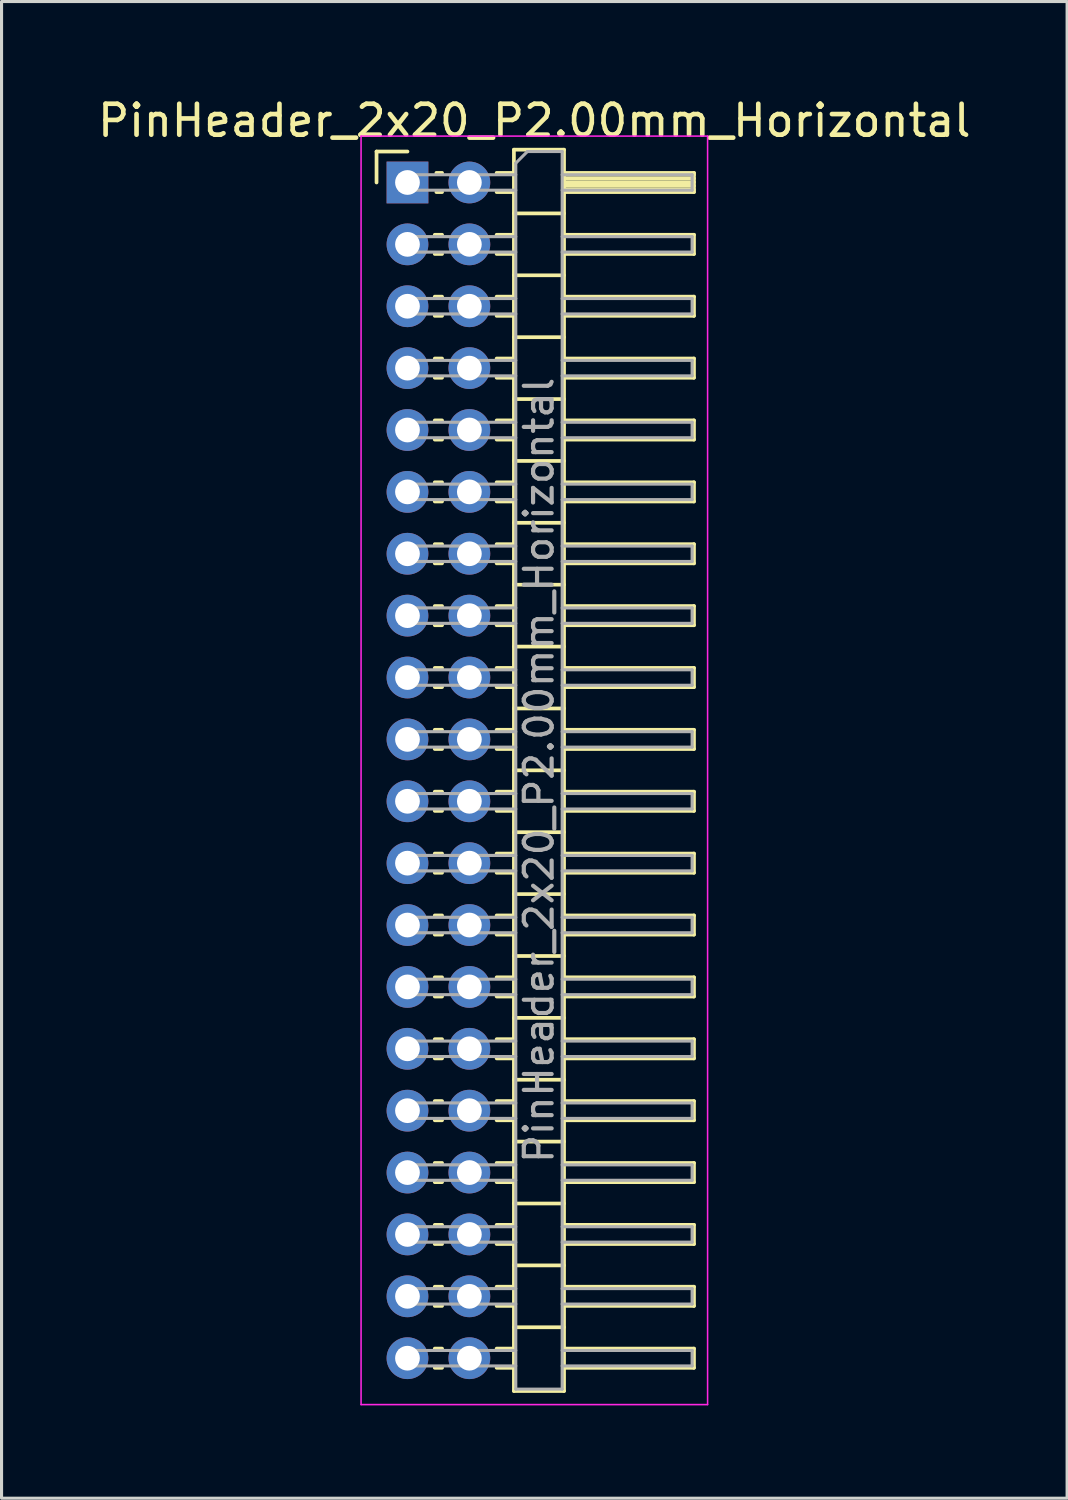
<source format=kicad_pcb>
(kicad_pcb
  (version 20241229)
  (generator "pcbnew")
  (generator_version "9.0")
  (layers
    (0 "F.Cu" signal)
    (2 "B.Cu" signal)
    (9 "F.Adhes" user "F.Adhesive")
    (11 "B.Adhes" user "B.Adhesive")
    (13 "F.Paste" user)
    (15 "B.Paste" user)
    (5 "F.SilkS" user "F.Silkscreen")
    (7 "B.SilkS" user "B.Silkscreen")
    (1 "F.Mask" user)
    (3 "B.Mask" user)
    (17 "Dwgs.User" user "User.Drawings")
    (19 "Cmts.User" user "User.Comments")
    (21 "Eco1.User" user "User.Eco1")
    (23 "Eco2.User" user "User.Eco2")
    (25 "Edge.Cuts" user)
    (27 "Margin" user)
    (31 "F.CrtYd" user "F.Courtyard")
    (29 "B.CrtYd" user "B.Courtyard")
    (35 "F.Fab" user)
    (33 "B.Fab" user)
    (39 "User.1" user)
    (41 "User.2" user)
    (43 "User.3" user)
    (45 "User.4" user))
  (footprint "PinHeader_2x20_P2.00mm_Horizontal"
    (layer "F.Cu")
    (at 10.12 2.848)
    (property "Reference" "PinHeader_2x20_P2.00mm_Horizontal" (at 4.1 -2 0) (layer "F.SilkS") (effects (font (size 1 1) (thickness 0.15))))
    (attr through_hole)
    (fp_line (start -1 -1) (end 0 -1) (stroke (width 0.12) (type solid)) (layer "F.SilkS"))
    (fp_line (start -1 0) (end -1 -1) (stroke (width 0.12) (type solid)) (layer "F.SilkS"))
    (fp_line (start 0.882 1.69) (end 1.118 1.69) (stroke (width 0.12) (type solid)) (layer "F.SilkS"))
    (fp_line (start 0.882 2.31) (end 1.118 2.31) (stroke (width 0.12) (type solid)) (layer "F.SilkS"))
    (fp_line (start 0.882 3.69) (end 1.118 3.69) (stroke (width 0.12) (type solid)) (layer "F.SilkS"))
    (fp_line (start 0.882 4.31) (end 1.118 4.31) (stroke (width 0.12) (type solid)) (layer "F.SilkS"))
    (fp_line (start 0.882 5.69) (end 1.118 5.69) (stroke (width 0.12) (type solid)) (layer "F.SilkS"))
    (fp_line (start 0.882 6.31) (end 1.118 6.31) (stroke (width 0.12) (type solid)) (layer "F.SilkS"))
    (fp_line (start 0.882 7.69) (end 1.118 7.69) (stroke (width 0.12) (type solid)) (layer "F.SilkS"))
    (fp_line (start 0.882 8.31) (end 1.118 8.31) (stroke (width 0.12) (type solid)) (layer "F.SilkS"))
    (fp_line (start 0.882 9.69) (end 1.118 9.69) (stroke (width 0.12) (type solid)) (layer "F.SilkS"))
    (fp_line (start 0.882 10.31) (end 1.118 10.31) (stroke (width 0.12) (type solid)) (layer "F.SilkS"))
    (fp_line (start 0.882 11.69) (end 1.118 11.69) (stroke (width 0.12) (type solid)) (layer "F.SilkS"))
    (fp_line (start 0.882 12.31) (end 1.118 12.31) (stroke (width 0.12) (type solid)) (layer "F.SilkS"))
    (fp_line (start 0.882 13.69) (end 1.118 13.69) (stroke (width 0.12) (type solid)) (layer "F.SilkS"))
    (fp_line (start 0.882 14.31) (end 1.118 14.31) (stroke (width 0.12) (type solid)) (layer "F.SilkS"))
    (fp_line (start 0.882 15.69) (end 1.118 15.69) (stroke (width 0.12) (type solid)) (layer "F.SilkS"))
    (fp_line (start 0.882 16.31) (end 1.118 16.31) (stroke (width 0.12) (type solid)) (layer "F.SilkS"))
    (fp_line (start 0.882 17.69) (end 1.118 17.69) (stroke (width 0.12) (type solid)) (layer "F.SilkS"))
    (fp_line (start 0.882 18.31) (end 1.118 18.31) (stroke (width 0.12) (type solid)) (layer "F.SilkS"))
    (fp_line (start 0.882 19.69) (end 1.118 19.69) (stroke (width 0.12) (type solid)) (layer "F.SilkS"))
    (fp_line (start 0.882 20.31) (end 1.118 20.31) (stroke (width 0.12) (type solid)) (layer "F.SilkS"))
    (fp_line (start 0.882 21.69) (end 1.118 21.69) (stroke (width 0.12) (type solid)) (layer "F.SilkS"))
    (fp_line (start 0.882 22.31) (end 1.118 22.31) (stroke (width 0.12) (type solid)) (layer "F.SilkS"))
    (fp_line (start 0.882 23.69) (end 1.118 23.69) (stroke (width 0.12) (type solid)) (layer "F.SilkS"))
    (fp_line (start 0.882 24.31) (end 1.118 24.31) (stroke (width 0.12) (type solid)) (layer "F.SilkS"))
    (fp_line (start 0.882 25.69) (end 1.118 25.69) (stroke (width 0.12) (type solid)) (layer "F.SilkS"))
    (fp_line (start 0.882 26.31) (end 1.118 26.31) (stroke (width 0.12) (type solid)) (layer "F.SilkS"))
    (fp_line (start 0.882 27.69) (end 1.118 27.69) (stroke (width 0.12) (type solid)) (layer "F.SilkS"))
    (fp_line (start 0.882 28.31) (end 1.118 28.31) (stroke (width 0.12) (type solid)) (layer "F.SilkS"))
    (fp_line (start 0.882 29.69) (end 1.118 29.69) (stroke (width 0.12) (type solid)) (layer "F.SilkS"))
    (fp_line (start 0.882 30.31) (end 1.118 30.31) (stroke (width 0.12) (type solid)) (layer "F.SilkS"))
    (fp_line (start 0.882 31.69) (end 1.118 31.69) (stroke (width 0.12) (type solid)) (layer "F.SilkS"))
    (fp_line (start 0.882 32.31) (end 1.118 32.31) (stroke (width 0.12) (type solid)) (layer "F.SilkS"))
    (fp_line (start 0.882 33.69) (end 1.118 33.69) (stroke (width 0.12) (type solid)) (layer "F.SilkS"))
    (fp_line (start 0.882 34.31) (end 1.118 34.31) (stroke (width 0.12) (type solid)) (layer "F.SilkS"))
    (fp_line (start 0.882 35.69) (end 1.118 35.69) (stroke (width 0.12) (type solid)) (layer "F.SilkS"))
    (fp_line (start 0.882 36.31) (end 1.118 36.31) (stroke (width 0.12) (type solid)) (layer "F.SilkS"))
    (fp_line (start 0.882 37.69) (end 1.118 37.69) (stroke (width 0.12) (type solid)) (layer "F.SilkS"))
    (fp_line (start 0.882 38.31) (end 1.118 38.31) (stroke (width 0.12) (type solid)) (layer "F.SilkS"))
    (fp_line (start 0.935 -0.31) (end 1.118 -0.31) (stroke (width 0.12) (type solid)) (layer "F.SilkS"))
    (fp_line (start 0.935 0.31) (end 1.118 0.31) (stroke (width 0.12) (type solid)) (layer "F.SilkS"))
    (fp_line (start 2.882 -0.31) (end 3.44 -0.31) (stroke (width 0.12) (type solid)) (layer "F.SilkS"))
    (fp_line (start 2.882 0.31) (end 3.44 0.31) (stroke (width 0.12) (type solid)) (layer "F.SilkS"))
    (fp_line (start 2.882 1.69) (end 3.44 1.69) (stroke (width 0.12) (type solid)) (layer "F.SilkS"))
    (fp_line (start 2.882 2.31) (end 3.44 2.31) (stroke (width 0.12) (type solid)) (layer "F.SilkS"))
    (fp_line (start 2.882 3.69) (end 3.44 3.69) (stroke (width 0.12) (type solid)) (layer "F.SilkS"))
    (fp_line (start 2.882 4.31) (end 3.44 4.31) (stroke (width 0.12) (type solid)) (layer "F.SilkS"))
    (fp_line (start 2.882 5.69) (end 3.44 5.69) (stroke (width 0.12) (type solid)) (layer "F.SilkS"))
    (fp_line (start 2.882 6.31) (end 3.44 6.31) (stroke (width 0.12) (type solid)) (layer "F.SilkS"))
    (fp_line (start 2.882 7.69) (end 3.44 7.69) (stroke (width 0.12) (type solid)) (layer "F.SilkS"))
    (fp_line (start 2.882 8.31) (end 3.44 8.31) (stroke (width 0.12) (type solid)) (layer "F.SilkS"))
    (fp_line (start 2.882 9.69) (end 3.44 9.69) (stroke (width 0.12) (type solid)) (layer "F.SilkS"))
    (fp_line (start 2.882 10.31) (end 3.44 10.31) (stroke (width 0.12) (type solid)) (layer "F.SilkS"))
    (fp_line (start 2.882 11.69) (end 3.44 11.69) (stroke (width 0.12) (type solid)) (layer "F.SilkS"))
    (fp_line (start 2.882 12.31) (end 3.44 12.31) (stroke (width 0.12) (type solid)) (layer "F.SilkS"))
    (fp_line (start 2.882 13.69) (end 3.44 13.69) (stroke (width 0.12) (type solid)) (layer "F.SilkS"))
    (fp_line (start 2.882 14.31) (end 3.44 14.31) (stroke (width 0.12) (type solid)) (layer "F.SilkS"))
    (fp_line (start 2.882 15.69) (end 3.44 15.69) (stroke (width 0.12) (type solid)) (layer "F.SilkS"))
    (fp_line (start 2.882 16.31) (end 3.44 16.31) (stroke (width 0.12) (type solid)) (layer "F.SilkS"))
    (fp_line (start 2.882 17.69) (end 3.44 17.69) (stroke (width 0.12) (type solid)) (layer "F.SilkS"))
    (fp_line (start 2.882 18.31) (end 3.44 18.31) (stroke (width 0.12) (type solid)) (layer "F.SilkS"))
    (fp_line (start 2.882 19.69) (end 3.44 19.69) (stroke (width 0.12) (type solid)) (layer "F.SilkS"))
    (fp_line (start 2.882 20.31) (end 3.44 20.31) (stroke (width 0.12) (type solid)) (layer "F.SilkS"))
    (fp_line (start 2.882 21.69) (end 3.44 21.69) (stroke (width 0.12) (type solid)) (layer "F.SilkS"))
    (fp_line (start 2.882 22.31) (end 3.44 22.31) (stroke (width 0.12) (type solid)) (layer "F.SilkS"))
    (fp_line (start 2.882 23.69) (end 3.44 23.69) (stroke (width 0.12) (type solid)) (layer "F.SilkS"))
    (fp_line (start 2.882 24.31) (end 3.44 24.31) (stroke (width 0.12) (type solid)) (layer "F.SilkS"))
    (fp_line (start 2.882 25.69) (end 3.44 25.69) (stroke (width 0.12) (type solid)) (layer "F.SilkS"))
    (fp_line (start 2.882 26.31) (end 3.44 26.31) (stroke (width 0.12) (type solid)) (layer "F.SilkS"))
    (fp_line (start 2.882 27.69) (end 3.44 27.69) (stroke (width 0.12) (type solid)) (layer "F.SilkS"))
    (fp_line (start 2.882 28.31) (end 3.44 28.31) (stroke (width 0.12) (type solid)) (layer "F.SilkS"))
    (fp_line (start 2.882 29.69) (end 3.44 29.69) (stroke (width 0.12) (type solid)) (layer "F.SilkS"))
    (fp_line (start 2.882 30.31) (end 3.44 30.31) (stroke (width 0.12) (type solid)) (layer "F.SilkS"))
    (fp_line (start 2.882 31.69) (end 3.44 31.69) (stroke (width 0.12) (type solid)) (layer "F.SilkS"))
    (fp_line (start 2.882 32.31) (end 3.44 32.31) (stroke (width 0.12) (type solid)) (layer "F.SilkS"))
    (fp_line (start 2.882 33.69) (end 3.44 33.69) (stroke (width 0.12) (type solid)) (layer "F.SilkS"))
    (fp_line (start 2.882 34.31) (end 3.44 34.31) (stroke (width 0.12) (type solid)) (layer "F.SilkS"))
    (fp_line (start 2.882 35.69) (end 3.44 35.69) (stroke (width 0.12) (type solid)) (layer "F.SilkS"))
    (fp_line (start 2.882 36.31) (end 3.44 36.31) (stroke (width 0.12) (type solid)) (layer "F.SilkS"))
    (fp_line (start 2.882 37.69) (end 3.44 37.69) (stroke (width 0.12) (type solid)) (layer "F.SilkS"))
    (fp_line (start 2.882 38.31) (end 3.44 38.31) (stroke (width 0.12) (type solid)) (layer "F.SilkS"))
    (fp_line (start 3.44 -1.06) (end 3.44 39.06) (stroke (width 0.12) (type solid)) (layer "F.SilkS"))
    (fp_line (start 3.44 1) (end 5.06 1) (stroke (width 0.12) (type solid)) (layer "F.SilkS"))
    (fp_line (start 3.44 3) (end 5.06 3) (stroke (width 0.12) (type solid)) (layer "F.SilkS"))
    (fp_line (start 3.44 5) (end 5.06 5) (stroke (width 0.12) (type solid)) (layer "F.SilkS"))
    (fp_line (start 3.44 7) (end 5.06 7) (stroke (width 0.12) (type solid)) (layer "F.SilkS"))
    (fp_line (start 3.44 9) (end 5.06 9) (stroke (width 0.12) (type solid)) (layer "F.SilkS"))
    (fp_line (start 3.44 11) (end 5.06 11) (stroke (width 0.12) (type solid)) (layer "F.SilkS"))
    (fp_line (start 3.44 13) (end 5.06 13) (stroke (width 0.12) (type solid)) (layer "F.SilkS"))
    (fp_line (start 3.44 15) (end 5.06 15) (stroke (width 0.12) (type solid)) (layer "F.SilkS"))
    (fp_line (start 3.44 17) (end 5.06 17) (stroke (width 0.12) (type solid)) (layer "F.SilkS"))
    (fp_line (start 3.44 19) (end 5.06 19) (stroke (width 0.12) (type solid)) (layer "F.SilkS"))
    (fp_line (start 3.44 21) (end 5.06 21) (stroke (width 0.12) (type solid)) (layer "F.SilkS"))
    (fp_line (start 3.44 23) (end 5.06 23) (stroke (width 0.12) (type solid)) (layer "F.SilkS"))
    (fp_line (start 3.44 25) (end 5.06 25) (stroke (width 0.12) (type solid)) (layer "F.SilkS"))
    (fp_line (start 3.44 27) (end 5.06 27) (stroke (width 0.12) (type solid)) (layer "F.SilkS"))
    (fp_line (start 3.44 29) (end 5.06 29) (stroke (width 0.12) (type solid)) (layer "F.SilkS"))
    (fp_line (start 3.44 31) (end 5.06 31) (stroke (width 0.12) (type solid)) (layer "F.SilkS"))
    (fp_line (start 3.44 33) (end 5.06 33) (stroke (width 0.12) (type solid)) (layer "F.SilkS"))
    (fp_line (start 3.44 35) (end 5.06 35) (stroke (width 0.12) (type solid)) (layer "F.SilkS"))
    (fp_line (start 3.44 37) (end 5.06 37) (stroke (width 0.12) (type solid)) (layer "F.SilkS"))
    (fp_line (start 3.44 39.06) (end 5.06 39.06) (stroke (width 0.12) (type solid)) (layer "F.SilkS"))
    (fp_line (start 5.06 -1.06) (end 3.44 -1.06) (stroke (width 0.12) (type solid)) (layer "F.SilkS"))
    (fp_line (start 5.06 -0.31) (end 9.26 -0.31) (stroke (width 0.12) (type solid)) (layer "F.SilkS"))
    (fp_line (start 5.06 -0.25) (end 9.26 -0.25) (stroke (width 0.12) (type solid)) (layer "F.SilkS"))
    (fp_line (start 5.06 -0.13) (end 9.26 -0.13) (stroke (width 0.12) (type solid)) (layer "F.SilkS"))
    (fp_line (start 5.06 -0.01) (end 9.26 -0.01) (stroke (width 0.12) (type solid)) (layer "F.SilkS"))
    (fp_line (start 5.06 0.11) (end 9.26 0.11) (stroke (width 0.12) (type solid)) (layer "F.SilkS"))
    (fp_line (start 5.06 0.23) (end 9.26 0.23) (stroke (width 0.12) (type solid)) (layer "F.SilkS"))
    (fp_line (start 5.06 1.69) (end 9.26 1.69) (stroke (width 0.12) (type solid)) (layer "F.SilkS"))
    (fp_line (start 5.06 3.69) (end 9.26 3.69) (stroke (width 0.12) (type solid)) (layer "F.SilkS"))
    (fp_line (start 5.06 5.69) (end 9.26 5.69) (stroke (width 0.12) (type solid)) (layer "F.SilkS"))
    (fp_line (start 5.06 7.69) (end 9.26 7.69) (stroke (width 0.12) (type solid)) (layer "F.SilkS"))
    (fp_line (start 5.06 9.69) (end 9.26 9.69) (stroke (width 0.12) (type solid)) (layer "F.SilkS"))
    (fp_line (start 5.06 11.69) (end 9.26 11.69) (stroke (width 0.12) (type solid)) (layer "F.SilkS"))
    (fp_line (start 5.06 13.69) (end 9.26 13.69) (stroke (width 0.12) (type solid)) (layer "F.SilkS"))
    (fp_line (start 5.06 15.69) (end 9.26 15.69) (stroke (width 0.12) (type solid)) (layer "F.SilkS"))
    (fp_line (start 5.06 17.69) (end 9.26 17.69) (stroke (width 0.12) (type solid)) (layer "F.SilkS"))
    (fp_line (start 5.06 19.69) (end 9.26 19.69) (stroke (width 0.12) (type solid)) (layer "F.SilkS"))
    (fp_line (start 5.06 21.69) (end 9.26 21.69) (stroke (width 0.12) (type solid)) (layer "F.SilkS"))
    (fp_line (start 5.06 23.69) (end 9.26 23.69) (stroke (width 0.12) (type solid)) (layer "F.SilkS"))
    (fp_line (start 5.06 25.69) (end 9.26 25.69) (stroke (width 0.12) (type solid)) (layer "F.SilkS"))
    (fp_line (start 5.06 27.69) (end 9.26 27.69) (stroke (width 0.12) (type solid)) (layer "F.SilkS"))
    (fp_line (start 5.06 29.69) (end 9.26 29.69) (stroke (width 0.12) (type solid)) (layer "F.SilkS"))
    (fp_line (start 5.06 31.69) (end 9.26 31.69) (stroke (width 0.12) (type solid)) (layer "F.SilkS"))
    (fp_line (start 5.06 33.69) (end 9.26 33.69) (stroke (width 0.12) (type solid)) (layer "F.SilkS"))
    (fp_line (start 5.06 35.69) (end 9.26 35.69) (stroke (width 0.12) (type solid)) (layer "F.SilkS"))
    (fp_line (start 5.06 37.69) (end 9.26 37.69) (stroke (width 0.12) (type solid)) (layer "F.SilkS"))
    (fp_line (start 5.06 39.06) (end 5.06 -1.06) (stroke (width 0.12) (type solid)) (layer "F.SilkS"))
    (fp_line (start 9.26 -0.31) (end 9.26 0.31) (stroke (width 0.12) (type solid)) (layer "F.SilkS"))
    (fp_line (start 9.26 0.31) (end 5.06 0.31) (stroke (width 0.12) (type solid)) (layer "F.SilkS"))
    (fp_line (start 9.26 1.69) (end 9.26 2.31) (stroke (width 0.12) (type solid)) (layer "F.SilkS"))
    (fp_line (start 9.26 2.31) (end 5.06 2.31) (stroke (width 0.12) (type solid)) (layer "F.SilkS"))
    (fp_line (start 9.26 3.69) (end 9.26 4.31) (stroke (width 0.12) (type solid)) (layer "F.SilkS"))
    (fp_line (start 9.26 4.31) (end 5.06 4.31) (stroke (width 0.12) (type solid)) (layer "F.SilkS"))
    (fp_line (start 9.26 5.69) (end 9.26 6.31) (stroke (width 0.12) (type solid)) (layer "F.SilkS"))
    (fp_line (start 9.26 6.31) (end 5.06 6.31) (stroke (width 0.12) (type solid)) (layer "F.SilkS"))
    (fp_line (start 9.26 7.69) (end 9.26 8.31) (stroke (width 0.12) (type solid)) (layer "F.SilkS"))
    (fp_line (start 9.26 8.31) (end 5.06 8.31) (stroke (width 0.12) (type solid)) (layer "F.SilkS"))
    (fp_line (start 9.26 9.69) (end 9.26 10.31) (stroke (width 0.12) (type solid)) (layer "F.SilkS"))
    (fp_line (start 9.26 10.31) (end 5.06 10.31) (stroke (width 0.12) (type solid)) (layer "F.SilkS"))
    (fp_line (start 9.26 11.69) (end 9.26 12.31) (stroke (width 0.12) (type solid)) (layer "F.SilkS"))
    (fp_line (start 9.26 12.31) (end 5.06 12.31) (stroke (width 0.12) (type solid)) (layer "F.SilkS"))
    (fp_line (start 9.26 13.69) (end 9.26 14.31) (stroke (width 0.12) (type solid)) (layer "F.SilkS"))
    (fp_line (start 9.26 14.31) (end 5.06 14.31) (stroke (width 0.12) (type solid)) (layer "F.SilkS"))
    (fp_line (start 9.26 15.69) (end 9.26 16.31) (stroke (width 0.12) (type solid)) (layer "F.SilkS"))
    (fp_line (start 9.26 16.31) (end 5.06 16.31) (stroke (width 0.12) (type solid)) (layer "F.SilkS"))
    (fp_line (start 9.26 17.69) (end 9.26 18.31) (stroke (width 0.12) (type solid)) (layer "F.SilkS"))
    (fp_line (start 9.26 18.31) (end 5.06 18.31) (stroke (width 0.12) (type solid)) (layer "F.SilkS"))
    (fp_line (start 9.26 19.69) (end 9.26 20.31) (stroke (width 0.12) (type solid)) (layer "F.SilkS"))
    (fp_line (start 9.26 20.31) (end 5.06 20.31) (stroke (width 0.12) (type solid)) (layer "F.SilkS"))
    (fp_line (start 9.26 21.69) (end 9.26 22.31) (stroke (width 0.12) (type solid)) (layer "F.SilkS"))
    (fp_line (start 9.26 22.31) (end 5.06 22.31) (stroke (width 0.12) (type solid)) (layer "F.SilkS"))
    (fp_line (start 9.26 23.69) (end 9.26 24.31) (stroke (width 0.12) (type solid)) (layer "F.SilkS"))
    (fp_line (start 9.26 24.31) (end 5.06 24.31) (stroke (width 0.12) (type solid)) (layer "F.SilkS"))
    (fp_line (start 9.26 25.69) (end 9.26 26.31) (stroke (width 0.12) (type solid)) (layer "F.SilkS"))
    (fp_line (start 9.26 26.31) (end 5.06 26.31) (stroke (width 0.12) (type solid)) (layer "F.SilkS"))
    (fp_line (start 9.26 27.69) (end 9.26 28.31) (stroke (width 0.12) (type solid)) (layer "F.SilkS"))
    (fp_line (start 9.26 28.31) (end 5.06 28.31) (stroke (width 0.12) (type solid)) (layer "F.SilkS"))
    (fp_line (start 9.26 29.69) (end 9.26 30.31) (stroke (width 0.12) (type solid)) (layer "F.SilkS"))
    (fp_line (start 9.26 30.31) (end 5.06 30.31) (stroke (width 0.12) (type solid)) (layer "F.SilkS"))
    (fp_line (start 9.26 31.69) (end 9.26 32.31) (stroke (width 0.12) (type solid)) (layer "F.SilkS"))
    (fp_line (start 9.26 32.31) (end 5.06 32.31) (stroke (width 0.12) (type solid)) (layer "F.SilkS"))
    (fp_line (start 9.26 33.69) (end 9.26 34.31) (stroke (width 0.12) (type solid)) (layer "F.SilkS"))
    (fp_line (start 9.26 34.31) (end 5.06 34.31) (stroke (width 0.12) (type solid)) (layer "F.SilkS"))
    (fp_line (start 9.26 35.69) (end 9.26 36.31) (stroke (width 0.12) (type solid)) (layer "F.SilkS"))
    (fp_line (start 9.26 36.31) (end 5.06 36.31) (stroke (width 0.12) (type solid)) (layer "F.SilkS"))
    (fp_line (start 9.26 37.69) (end 9.26 38.31) (stroke (width 0.12) (type solid)) (layer "F.SilkS"))
    (fp_line (start 9.26 38.31) (end 5.06 38.31) (stroke (width 0.12) (type solid)) (layer "F.SilkS"))
    (fp_line (start -1.5 -1.5) (end -1.5 39.5) (stroke (width 0.05) (type solid)) (layer "F.CrtYd"))
    (fp_line (start -1.5 39.5) (end 9.7 39.5) (stroke (width 0.05) (type solid)) (layer "F.CrtYd"))
    (fp_line (start 9.7 -1.5) (end -1.5 -1.5) (stroke (width 0.05) (type solid)) (layer "F.CrtYd"))
    (fp_line (start 9.7 39.5) (end 9.7 -1.5) (stroke (width 0.05) (type solid)) (layer "F.CrtYd"))
    (fp_line (start -0.25 -0.25) (end -0.25 0.25) (stroke (width 0.1) (type solid)) (layer "F.Fab"))
    (fp_line (start -0.25 -0.25) (end 3.5 -0.25) (stroke (width 0.1) (type solid)) (layer "F.Fab"))
    (fp_line (start -0.25 0.25) (end 3.5 0.25) (stroke (width 0.1) (type solid)) (layer "F.Fab"))
    (fp_line (start -0.25 1.75) (end -0.25 2.25) (stroke (width 0.1) (type solid)) (layer "F.Fab"))
    (fp_line (start -0.25 1.75) (end 3.5 1.75) (stroke (width 0.1) (type solid)) (layer "F.Fab"))
    (fp_line (start -0.25 2.25) (end 3.5 2.25) (stroke (width 0.1) (type solid)) (layer "F.Fab"))
    (fp_line (start -0.25 3.75) (end -0.25 4.25) (stroke (width 0.1) (type solid)) (layer "F.Fab"))
    (fp_line (start -0.25 3.75) (end 3.5 3.75) (stroke (width 0.1) (type solid)) (layer "F.Fab"))
    (fp_line (start -0.25 4.25) (end 3.5 4.25) (stroke (width 0.1) (type solid)) (layer "F.Fab"))
    (fp_line (start -0.25 5.75) (end -0.25 6.25) (stroke (width 0.1) (type solid)) (layer "F.Fab"))
    (fp_line (start -0.25 5.75) (end 3.5 5.75) (stroke (width 0.1) (type solid)) (layer "F.Fab"))
    (fp_line (start -0.25 6.25) (end 3.5 6.25) (stroke (width 0.1) (type solid)) (layer "F.Fab"))
    (fp_line (start -0.25 7.75) (end -0.25 8.25) (stroke (width 0.1) (type solid)) (layer "F.Fab"))
    (fp_line (start -0.25 7.75) (end 3.5 7.75) (stroke (width 0.1) (type solid)) (layer "F.Fab"))
    (fp_line (start -0.25 8.25) (end 3.5 8.25) (stroke (width 0.1) (type solid)) (layer "F.Fab"))
    (fp_line (start -0.25 9.75) (end -0.25 10.25) (stroke (width 0.1) (type solid)) (layer "F.Fab"))
    (fp_line (start -0.25 9.75) (end 3.5 9.75) (stroke (width 0.1) (type solid)) (layer "F.Fab"))
    (fp_line (start -0.25 10.25) (end 3.5 10.25) (stroke (width 0.1) (type solid)) (layer "F.Fab"))
    (fp_line (start -0.25 11.75) (end -0.25 12.25) (stroke (width 0.1) (type solid)) (layer "F.Fab"))
    (fp_line (start -0.25 11.75) (end 3.5 11.75) (stroke (width 0.1) (type solid)) (layer "F.Fab"))
    (fp_line (start -0.25 12.25) (end 3.5 12.25) (stroke (width 0.1) (type solid)) (layer "F.Fab"))
    (fp_line (start -0.25 13.75) (end -0.25 14.25) (stroke (width 0.1) (type solid)) (layer "F.Fab"))
    (fp_line (start -0.25 13.75) (end 3.5 13.75) (stroke (width 0.1) (type solid)) (layer "F.Fab"))
    (fp_line (start -0.25 14.25) (end 3.5 14.25) (stroke (width 0.1) (type solid)) (layer "F.Fab"))
    (fp_line (start -0.25 15.75) (end -0.25 16.25) (stroke (width 0.1) (type solid)) (layer "F.Fab"))
    (fp_line (start -0.25 15.75) (end 3.5 15.75) (stroke (width 0.1) (type solid)) (layer "F.Fab"))
    (fp_line (start -0.25 16.25) (end 3.5 16.25) (stroke (width 0.1) (type solid)) (layer "F.Fab"))
    (fp_line (start -0.25 17.75) (end -0.25 18.25) (stroke (width 0.1) (type solid)) (layer "F.Fab"))
    (fp_line (start -0.25 17.75) (end 3.5 17.75) (stroke (width 0.1) (type solid)) (layer "F.Fab"))
    (fp_line (start -0.25 18.25) (end 3.5 18.25) (stroke (width 0.1) (type solid)) (layer "F.Fab"))
    (fp_line (start -0.25 19.75) (end -0.25 20.25) (stroke (width 0.1) (type solid)) (layer "F.Fab"))
    (fp_line (start -0.25 19.75) (end 3.5 19.75) (stroke (width 0.1) (type solid)) (layer "F.Fab"))
    (fp_line (start -0.25 20.25) (end 3.5 20.25) (stroke (width 0.1) (type solid)) (layer "F.Fab"))
    (fp_line (start -0.25 21.75) (end -0.25 22.25) (stroke (width 0.1) (type solid)) (layer "F.Fab"))
    (fp_line (start -0.25 21.75) (end 3.5 21.75) (stroke (width 0.1) (type solid)) (layer "F.Fab"))
    (fp_line (start -0.25 22.25) (end 3.5 22.25) (stroke (width 0.1) (type solid)) (layer "F.Fab"))
    (fp_line (start -0.25 23.75) (end -0.25 24.25) (stroke (width 0.1) (type solid)) (layer "F.Fab"))
    (fp_line (start -0.25 23.75) (end 3.5 23.75) (stroke (width 0.1) (type solid)) (layer "F.Fab"))
    (fp_line (start -0.25 24.25) (end 3.5 24.25) (stroke (width 0.1) (type solid)) (layer "F.Fab"))
    (fp_line (start -0.25 25.75) (end -0.25 26.25) (stroke (width 0.1) (type solid)) (layer "F.Fab"))
    (fp_line (start -0.25 25.75) (end 3.5 25.75) (stroke (width 0.1) (type solid)) (layer "F.Fab"))
    (fp_line (start -0.25 26.25) (end 3.5 26.25) (stroke (width 0.1) (type solid)) (layer "F.Fab"))
    (fp_line (start -0.25 27.75) (end -0.25 28.25) (stroke (width 0.1) (type solid)) (layer "F.Fab"))
    (fp_line (start -0.25 27.75) (end 3.5 27.75) (stroke (width 0.1) (type solid)) (layer "F.Fab"))
    (fp_line (start -0.25 28.25) (end 3.5 28.25) (stroke (width 0.1) (type solid)) (layer "F.Fab"))
    (fp_line (start -0.25 29.75) (end -0.25 30.25) (stroke (width 0.1) (type solid)) (layer "F.Fab"))
    (fp_line (start -0.25 29.75) (end 3.5 29.75) (stroke (width 0.1) (type solid)) (layer "F.Fab"))
    (fp_line (start -0.25 30.25) (end 3.5 30.25) (stroke (width 0.1) (type solid)) (layer "F.Fab"))
    (fp_line (start -0.25 31.75) (end -0.25 32.25) (stroke (width 0.1) (type solid)) (layer "F.Fab"))
    (fp_line (start -0.25 31.75) (end 3.5 31.75) (stroke (width 0.1) (type solid)) (layer "F.Fab"))
    (fp_line (start -0.25 32.25) (end 3.5 32.25) (stroke (width 0.1) (type solid)) (layer "F.Fab"))
    (fp_line (start -0.25 33.75) (end -0.25 34.25) (stroke (width 0.1) (type solid)) (layer "F.Fab"))
    (fp_line (start -0.25 33.75) (end 3.5 33.75) (stroke (width 0.1) (type solid)) (layer "F.Fab"))
    (fp_line (start -0.25 34.25) (end 3.5 34.25) (stroke (width 0.1) (type solid)) (layer "F.Fab"))
    (fp_line (start -0.25 35.75) (end -0.25 36.25) (stroke (width 0.1) (type solid)) (layer "F.Fab"))
    (fp_line (start -0.25 35.75) (end 3.5 35.75) (stroke (width 0.1) (type solid)) (layer "F.Fab"))
    (fp_line (start -0.25 36.25) (end 3.5 36.25) (stroke (width 0.1) (type solid)) (layer "F.Fab"))
    (fp_line (start -0.25 37.75) (end -0.25 38.25) (stroke (width 0.1) (type solid)) (layer "F.Fab"))
    (fp_line (start -0.25 37.75) (end 3.5 37.75) (stroke (width 0.1) (type solid)) (layer "F.Fab"))
    (fp_line (start -0.25 38.25) (end 3.5 38.25) (stroke (width 0.1) (type solid)) (layer "F.Fab"))
    (fp_line (start 3.5 -0.625) (end 3.875 -1) (stroke (width 0.1) (type solid)) (layer "F.Fab"))
    (fp_line (start 3.5 39) (end 3.5 -0.625) (stroke (width 0.1) (type solid)) (layer "F.Fab"))
    (fp_line (start 3.875 -1) (end 5 -1) (stroke (width 0.1) (type solid)) (layer "F.Fab"))
    (fp_line (start 5 -1) (end 5 39) (stroke (width 0.1) (type solid)) (layer "F.Fab"))
    (fp_line (start 5 -0.25) (end 9.2 -0.25) (stroke (width 0.1) (type solid)) (layer "F.Fab"))
    (fp_line (start 5 0.25) (end 9.2 0.25) (stroke (width 0.1) (type solid)) (layer "F.Fab"))
    (fp_line (start 5 1.75) (end 9.2 1.75) (stroke (width 0.1) (type solid)) (layer "F.Fab"))
    (fp_line (start 5 2.25) (end 9.2 2.25) (stroke (width 0.1) (type solid)) (layer "F.Fab"))
    (fp_line (start 5 3.75) (end 9.2 3.75) (stroke (width 0.1) (type solid)) (layer "F.Fab"))
    (fp_line (start 5 4.25) (end 9.2 4.25) (stroke (width 0.1) (type solid)) (layer "F.Fab"))
    (fp_line (start 5 5.75) (end 9.2 5.75) (stroke (width 0.1) (type solid)) (layer "F.Fab"))
    (fp_line (start 5 6.25) (end 9.2 6.25) (stroke (width 0.1) (type solid)) (layer "F.Fab"))
    (fp_line (start 5 7.75) (end 9.2 7.75) (stroke (width 0.1) (type solid)) (layer "F.Fab"))
    (fp_line (start 5 8.25) (end 9.2 8.25) (stroke (width 0.1) (type solid)) (layer "F.Fab"))
    (fp_line (start 5 9.75) (end 9.2 9.75) (stroke (width 0.1) (type solid)) (layer "F.Fab"))
    (fp_line (start 5 10.25) (end 9.2 10.25) (stroke (width 0.1) (type solid)) (layer "F.Fab"))
    (fp_line (start 5 11.75) (end 9.2 11.75) (stroke (width 0.1) (type solid)) (layer "F.Fab"))
    (fp_line (start 5 12.25) (end 9.2 12.25) (stroke (width 0.1) (type solid)) (layer "F.Fab"))
    (fp_line (start 5 13.75) (end 9.2 13.75) (stroke (width 0.1) (type solid)) (layer "F.Fab"))
    (fp_line (start 5 14.25) (end 9.2 14.25) (stroke (width 0.1) (type solid)) (layer "F.Fab"))
    (fp_line (start 5 15.75) (end 9.2 15.75) (stroke (width 0.1) (type solid)) (layer "F.Fab"))
    (fp_line (start 5 16.25) (end 9.2 16.25) (stroke (width 0.1) (type solid)) (layer "F.Fab"))
    (fp_line (start 5 17.75) (end 9.2 17.75) (stroke (width 0.1) (type solid)) (layer "F.Fab"))
    (fp_line (start 5 18.25) (end 9.2 18.25) (stroke (width 0.1) (type solid)) (layer "F.Fab"))
    (fp_line (start 5 19.75) (end 9.2 19.75) (stroke (width 0.1) (type solid)) (layer "F.Fab"))
    (fp_line (start 5 20.25) (end 9.2 20.25) (stroke (width 0.1) (type solid)) (layer "F.Fab"))
    (fp_line (start 5 21.75) (end 9.2 21.75) (stroke (width 0.1) (type solid)) (layer "F.Fab"))
    (fp_line (start 5 22.25) (end 9.2 22.25) (stroke (width 0.1) (type solid)) (layer "F.Fab"))
    (fp_line (start 5 23.75) (end 9.2 23.75) (stroke (width 0.1) (type solid)) (layer "F.Fab"))
    (fp_line (start 5 24.25) (end 9.2 24.25) (stroke (width 0.1) (type solid)) (layer "F.Fab"))
    (fp_line (start 5 25.75) (end 9.2 25.75) (stroke (width 0.1) (type solid)) (layer "F.Fab"))
    (fp_line (start 5 26.25) (end 9.2 26.25) (stroke (width 0.1) (type solid)) (layer "F.Fab"))
    (fp_line (start 5 27.75) (end 9.2 27.75) (stroke (width 0.1) (type solid)) (layer "F.Fab"))
    (fp_line (start 5 28.25) (end 9.2 28.25) (stroke (width 0.1) (type solid)) (layer "F.Fab"))
    (fp_line (start 5 29.75) (end 9.2 29.75) (stroke (width 0.1) (type solid)) (layer "F.Fab"))
    (fp_line (start 5 30.25) (end 9.2 30.25) (stroke (width 0.1) (type solid)) (layer "F.Fab"))
    (fp_line (start 5 31.75) (end 9.2 31.75) (stroke (width 0.1) (type solid)) (layer "F.Fab"))
    (fp_line (start 5 32.25) (end 9.2 32.25) (stroke (width 0.1) (type solid)) (layer "F.Fab"))
    (fp_line (start 5 33.75) (end 9.2 33.75) (stroke (width 0.1) (type solid)) (layer "F.Fab"))
    (fp_line (start 5 34.25) (end 9.2 34.25) (stroke (width 0.1) (type solid)) (layer "F.Fab"))
    (fp_line (start 5 35.75) (end 9.2 35.75) (stroke (width 0.1) (type solid)) (layer "F.Fab"))
    (fp_line (start 5 36.25) (end 9.2 36.25) (stroke (width 0.1) (type solid)) (layer "F.Fab"))
    (fp_line (start 5 37.75) (end 9.2 37.75) (stroke (width 0.1) (type solid)) (layer "F.Fab"))
    (fp_line (start 5 38.25) (end 9.2 38.25) (stroke (width 0.1) (type solid)) (layer "F.Fab"))
    (fp_line (start 5 39) (end 3.5 39) (stroke (width 0.1) (type solid)) (layer "F.Fab"))
    (fp_line (start 9.2 -0.25) (end 9.2 0.25) (stroke (width 0.1) (type solid)) (layer "F.Fab"))
    (fp_line (start 9.2 1.75) (end 9.2 2.25) (stroke (width 0.1) (type solid)) (layer "F.Fab"))
    (fp_line (start 9.2 3.75) (end 9.2 4.25) (stroke (width 0.1) (type solid)) (layer "F.Fab"))
    (fp_line (start 9.2 5.75) (end 9.2 6.25) (stroke (width 0.1) (type solid)) (layer "F.Fab"))
    (fp_line (start 9.2 7.75) (end 9.2 8.25) (stroke (width 0.1) (type solid)) (layer "F.Fab"))
    (fp_line (start 9.2 9.75) (end 9.2 10.25) (stroke (width 0.1) (type solid)) (layer "F.Fab"))
    (fp_line (start 9.2 11.75) (end 9.2 12.25) (stroke (width 0.1) (type solid)) (layer "F.Fab"))
    (fp_line (start 9.2 13.75) (end 9.2 14.25) (stroke (width 0.1) (type solid)) (layer "F.Fab"))
    (fp_line (start 9.2 15.75) (end 9.2 16.25) (stroke (width 0.1) (type solid)) (layer "F.Fab"))
    (fp_line (start 9.2 17.75) (end 9.2 18.25) (stroke (width 0.1) (type solid)) (layer "F.Fab"))
    (fp_line (start 9.2 19.75) (end 9.2 20.25) (stroke (width 0.1) (type solid)) (layer "F.Fab"))
    (fp_line (start 9.2 21.75) (end 9.2 22.25) (stroke (width 0.1) (type solid)) (layer "F.Fab"))
    (fp_line (start 9.2 23.75) (end 9.2 24.25) (stroke (width 0.1) (type solid)) (layer "F.Fab"))
    (fp_line (start 9.2 25.75) (end 9.2 26.25) (stroke (width 0.1) (type solid)) (layer "F.Fab"))
    (fp_line (start 9.2 27.75) (end 9.2 28.25) (stroke (width 0.1) (type solid)) (layer "F.Fab"))
    (fp_line (start 9.2 29.75) (end 9.2 30.25) (stroke (width 0.1) (type solid)) (layer "F.Fab"))
    (fp_line (start 9.2 31.75) (end 9.2 32.25) (stroke (width 0.1) (type solid)) (layer "F.Fab"))
    (fp_line (start 9.2 33.75) (end 9.2 34.25) (stroke (width 0.1) (type solid)) (layer "F.Fab"))
    (fp_line (start 9.2 35.75) (end 9.2 36.25) (stroke (width 0.1) (type solid)) (layer "F.Fab"))
    (fp_line (start 9.2 37.75) (end 9.2 38.25) (stroke (width 0.1) (type solid)) (layer "F.Fab"))
    (fp_text user "${REFERENCE}" (at 4.25 19 90) (layer "F.Fab") (effects (font (size 0.9 0.9) (thickness 0.135))))
    (pad "1" thru_hole rect (at 0 0) (size 1.35 1.35) (drill 0.8) (layers "*.Cu" "*.Mask"))
    (pad "2" thru_hole oval (at 2 0) (size 1.35 1.35) (drill 0.8) (layers "*.Cu" "*.Mask"))
    (pad "3" thru_hole oval (at 0 2) (size 1.35 1.35) (drill 0.8) (layers "*.Cu" "*.Mask"))
    (pad "4" thru_hole oval (at 2 2) (size 1.35 1.35) (drill 0.8) (layers "*.Cu" "*.Mask"))
    (pad "5" thru_hole oval (at 0 4) (size 1.35 1.35) (drill 0.8) (layers "*.Cu" "*.Mask"))
    (pad "6" thru_hole oval (at 2 4) (size 1.35 1.35) (drill 0.8) (layers "*.Cu" "*.Mask"))
    (pad "7" thru_hole oval (at 0 6) (size 1.35 1.35) (drill 0.8) (layers "*.Cu" "*.Mask"))
    (pad "8" thru_hole oval (at 2 6) (size 1.35 1.35) (drill 0.8) (layers "*.Cu" "*.Mask"))
    (pad "9" thru_hole oval (at 0 8) (size 1.35 1.35) (drill 0.8) (layers "*.Cu" "*.Mask"))
    (pad "10" thru_hole oval (at 2 8) (size 1.35 1.35) (drill 0.8) (layers "*.Cu" "*.Mask"))
    (pad "11" thru_hole oval (at 0 10) (size 1.35 1.35) (drill 0.8) (layers "*.Cu" "*.Mask"))
    (pad "12" thru_hole oval (at 2 10) (size 1.35 1.35) (drill 0.8) (layers "*.Cu" "*.Mask"))
    (pad "13" thru_hole oval (at 0 12) (size 1.35 1.35) (drill 0.8) (layers "*.Cu" "*.Mask"))
    (pad "14" thru_hole oval (at 2 12) (size 1.35 1.35) (drill 0.8) (layers "*.Cu" "*.Mask"))
    (pad "15" thru_hole oval (at 0 14) (size 1.35 1.35) (drill 0.8) (layers "*.Cu" "*.Mask"))
    (pad "16" thru_hole oval (at 2 14) (size 1.35 1.35) (drill 0.8) (layers "*.Cu" "*.Mask"))
    (pad "17" thru_hole oval (at 0 16) (size 1.35 1.35) (drill 0.8) (layers "*.Cu" "*.Mask"))
    (pad "18" thru_hole oval (at 2 16) (size 1.35 1.35) (drill 0.8) (layers "*.Cu" "*.Mask"))
    (pad "19" thru_hole oval (at 0 18) (size 1.35 1.35) (drill 0.8) (layers "*.Cu" "*.Mask"))
    (pad "20" thru_hole oval (at 2 18) (size 1.35 1.35) (drill 0.8) (layers "*.Cu" "*.Mask"))
    (pad "21" thru_hole oval (at 0 20) (size 1.35 1.35) (drill 0.8) (layers "*.Cu" "*.Mask"))
    (pad "22" thru_hole oval (at 2 20) (size 1.35 1.35) (drill 0.8) (layers "*.Cu" "*.Mask"))
    (pad "23" thru_hole oval (at 0 22) (size 1.35 1.35) (drill 0.8) (layers "*.Cu" "*.Mask"))
    (pad "24" thru_hole oval (at 2 22) (size 1.35 1.35) (drill 0.8) (layers "*.Cu" "*.Mask"))
    (pad "25" thru_hole oval (at 0 24) (size 1.35 1.35) (drill 0.8) (layers "*.Cu" "*.Mask"))
    (pad "26" thru_hole oval (at 2 24) (size 1.35 1.35) (drill 0.8) (layers "*.Cu" "*.Mask"))
    (pad "27" thru_hole oval (at 0 26) (size 1.35 1.35) (drill 0.8) (layers "*.Cu" "*.Mask"))
    (pad "28" thru_hole oval (at 2 26) (size 1.35 1.35) (drill 0.8) (layers "*.Cu" "*.Mask"))
    (pad "29" thru_hole oval (at 0 28) (size 1.35 1.35) (drill 0.8) (layers "*.Cu" "*.Mask"))
    (pad "30" thru_hole oval (at 2 28) (size 1.35 1.35) (drill 0.8) (layers "*.Cu" "*.Mask"))
    (pad "31" thru_hole oval (at 0 30) (size 1.35 1.35) (drill 0.8) (layers "*.Cu" "*.Mask"))
    (pad "32" thru_hole oval (at 2 30) (size 1.35 1.35) (drill 0.8) (layers "*.Cu" "*.Mask"))
    (pad "33" thru_hole oval (at 0 32) (size 1.35 1.35) (drill 0.8) (layers "*.Cu" "*.Mask"))
    (pad "34" thru_hole oval (at 2 32) (size 1.35 1.35) (drill 0.8) (layers "*.Cu" "*.Mask"))
    (pad "35" thru_hole oval (at 0 34) (size 1.35 1.35) (drill 0.8) (layers "*.Cu" "*.Mask"))
    (pad "36" thru_hole oval (at 2 34) (size 1.35 1.35) (drill 0.8) (layers "*.Cu" "*.Mask"))
    (pad "37" thru_hole oval (at 0 36) (size 1.35 1.35) (drill 0.8) (layers "*.Cu" "*.Mask"))
    (pad "38" thru_hole oval (at 2 36) (size 1.35 1.35) (drill 0.8) (layers "*.Cu" "*.Mask"))
    (pad "39" thru_hole oval (at 0 38) (size 1.35 1.35) (drill 0.8) (layers "*.Cu" "*.Mask"))
    (pad "40" thru_hole oval (at 2 38) (size 1.35 1.35) (drill 0.8) (layers "*.Cu" "*.Mask")))
  (gr_rect
    (start -3 -3)
    (end 31.44 45.373)
    (stroke (width 0.1) (type default))
    (fill no)
    (layer "Edge.Cuts")))
</source>
